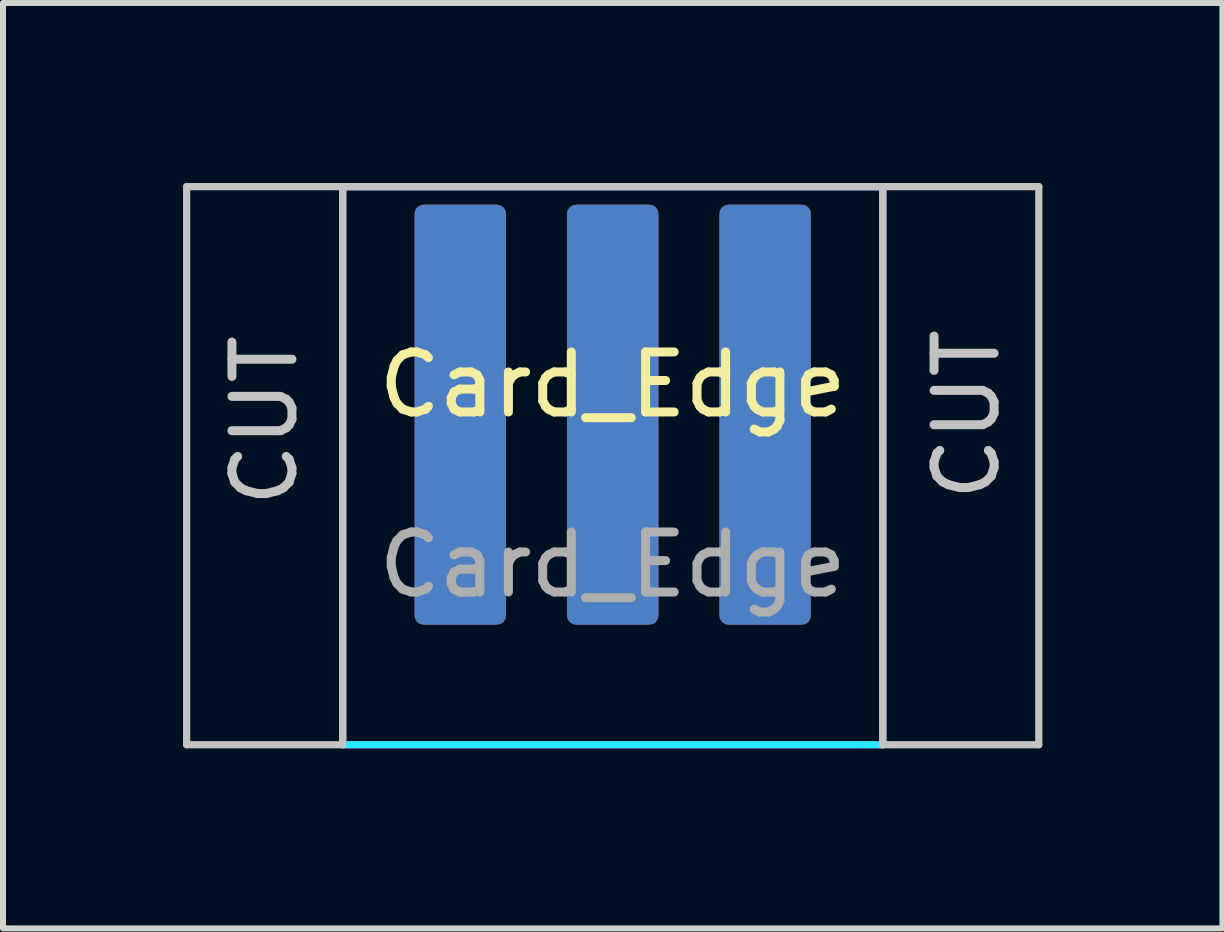
<source format=kicad_pcb>
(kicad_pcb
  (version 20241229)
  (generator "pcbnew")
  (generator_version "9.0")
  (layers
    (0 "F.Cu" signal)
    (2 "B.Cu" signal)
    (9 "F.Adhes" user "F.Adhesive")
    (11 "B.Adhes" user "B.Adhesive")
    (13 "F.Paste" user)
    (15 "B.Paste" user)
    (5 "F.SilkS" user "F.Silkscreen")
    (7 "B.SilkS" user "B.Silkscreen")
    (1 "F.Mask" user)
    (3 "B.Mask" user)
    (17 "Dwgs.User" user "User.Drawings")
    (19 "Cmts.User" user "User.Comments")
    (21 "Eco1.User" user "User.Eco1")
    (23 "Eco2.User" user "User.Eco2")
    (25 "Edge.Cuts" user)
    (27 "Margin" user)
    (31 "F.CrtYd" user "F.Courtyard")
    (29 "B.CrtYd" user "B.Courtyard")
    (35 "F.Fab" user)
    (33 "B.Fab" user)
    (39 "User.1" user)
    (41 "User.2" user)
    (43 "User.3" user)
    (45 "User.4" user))
  (footprint "Card_Edge"
    (layer "F.Cu")
    (at 7.16 3.86)
    (property "Reference" "Card_Edge" (at 0 -0.5 0) (unlocked yes) (layer "F.SilkS") (effects (font (size 1 1) (thickness 0.15))))
    (attr smd)
    (fp_line (start -7.1 -3.8) (end -7.1 5.5) (stroke (width 0.12) (type default)) (layer "Dwgs.User"))
    (fp_line (start -7.1 -3.8) (end -4.5 -3.8) (stroke (width 0.12) (type default)) (layer "Dwgs.User"))
    (fp_line (start -4.5 -3.8) (end -4.5 5.5) (stroke (width 0.12) (type default)) (layer "Dwgs.User"))
    (fp_line (start -4.5 -3.8) (end 4.5 -3.8) (stroke (width 0.12) (type default)) (layer "Dwgs.User"))
    (fp_line (start -4.5 5.5) (end -7.1 5.5) (stroke (width 0.12) (type default)) (layer "Dwgs.User"))
    (fp_line (start 4.5 -3.8) (end 4.5 5.5) (stroke (width 0.12) (type default)) (layer "Dwgs.User"))
    (fp_line (start 4.5 -3.8) (end 7.1 -3.8) (stroke (width 0.12) (type default)) (layer "Dwgs.User"))
    (fp_line (start 7.1 -3.8) (end 7.1 5.5) (stroke (width 0.12) (type default)) (layer "Dwgs.User"))
    (fp_line (start 7.1 5.5) (end 4.5 5.5) (stroke (width 0.12) (type default)) (layer "Dwgs.User"))
    (fp_rect (start -4.5 -3.8) (end 4.5 5.5) (stroke (width 0.12) (type default)) (fill no) (layer "B.CrtYd"))
    (fp_rect (start -4.5 -3.8) (end 4.5 5.5) (stroke (width 0.12) (type default)) (fill no) (layer "F.CrtYd"))
    (fp_text user "CUT" (at -5.8 0.1 90) (unlocked yes) (layer "Dwgs.User") (effects (font (size 1 1) (thickness 0.15))))
    (fp_text user "CUT" (at 5.9 0 90) (unlocked yes) (layer "Dwgs.User") (effects (font (size 1 1) (thickness 0.15))))
    (fp_text user "${REFERENCE}" (at 0 2.5 0) (unlocked yes) (layer "F.Fab") (effects (font (size 1 1) (thickness 0.15))))
    (pad "1" smd roundrect (at -2.54 0) (size 1.524 7) (layers "F.Cu" "F.Mask" "F.Paste") (roundrect_rratio 0.1))
    (pad "2" smd roundrect (at 0 0) (size 1.524 7) (layers "F.Cu" "F.Mask" "F.Paste") (roundrect_rratio 0.1))
    (pad "3" smd roundrect (at 2.54 0) (size 1.524 7) (layers "F.Cu" "F.Mask" "F.Paste") (roundrect_rratio 0.1))
    (pad "4" smd roundrect (at -2.54 0) (size 1.524 7) (layers "B.Cu" "B.Mask" "B.Paste") (roundrect_rratio 0.1))
    (pad "5" smd roundrect (at 0 0) (size 1.524 7) (layers "B.Cu" "B.Mask" "B.Paste") (roundrect_rratio 0.1))
    (pad "6" smd roundrect (at 2.54 0) (size 1.524 7) (layers "B.Cu" "B.Mask" "B.Paste") (roundrect_rratio 0.1)))
  (gr_rect
    (start -3 -3)
    (end 17.32 12.42)
    (stroke (width 0.1) (type default))
    (fill no)
    (layer "Edge.Cuts")))
</source>
